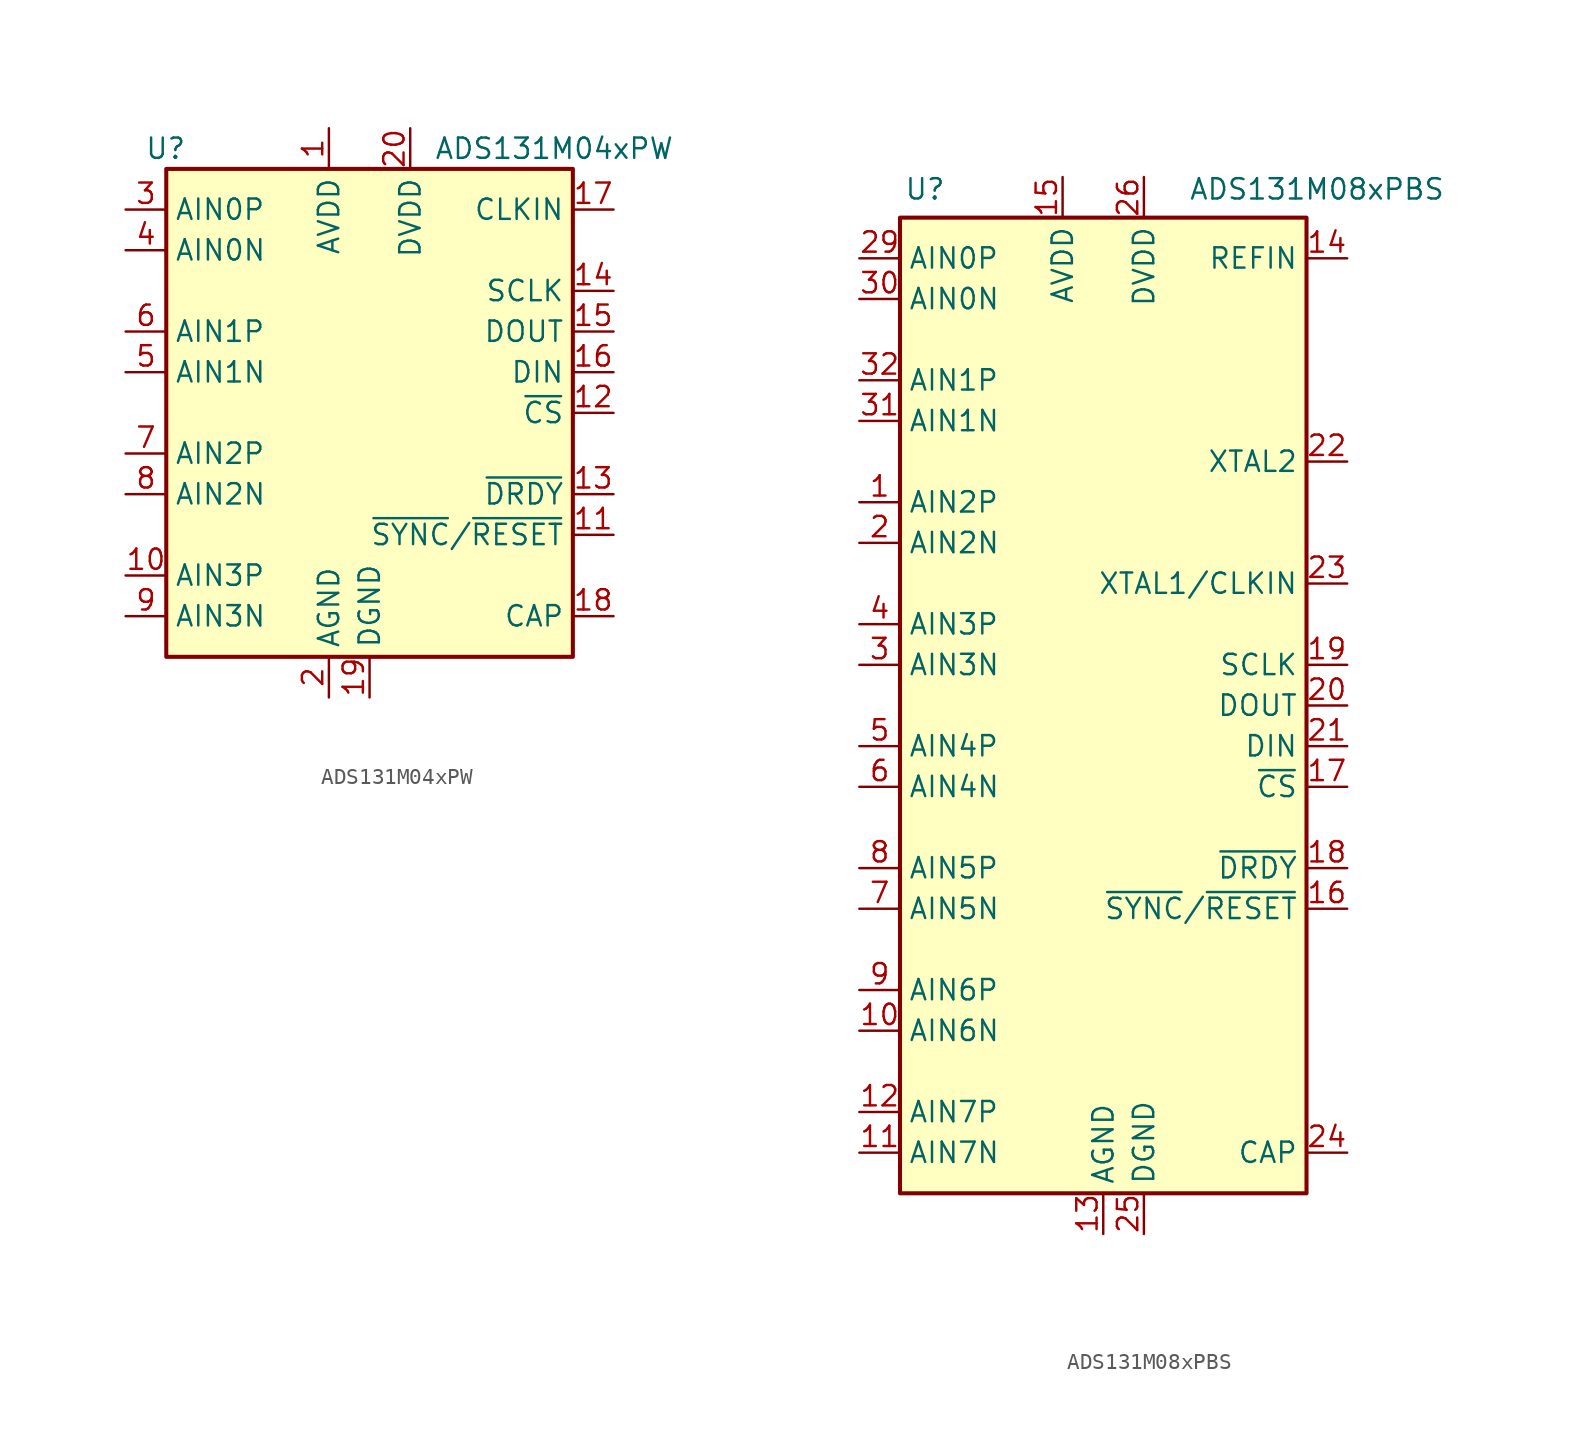
<source format=kicad_sym>
(kicad_symbol_lib
  (version 20241209)
  (generator "kicad_symbol_editor")
  (generator_version "9.0")
  (symbol "ADS131M04xPW"
    (property "Reference" "U"
      (at -11.43 16.51 0)
      (effects (font (size 1.27 1.27)) (justify right)))
    (property "Value" "ADS131M04xPW"
      (at 19.05 16.51 0)
      (effects (font (size 1.27 1.27)) (justify right)))
    (symbol "ADS131M04xPW_1_0"
      (pin input line (at -15.24 2.54 0) (length 2.54) (name "AIN1N" (effects (font (size 1.27 1.27)))) (number "5" (effects (font (size 1.27 1.27)))))
      (pin power_in line (at 0 -17.78 90) (length 2.54) (name "DGND" (effects (font (size 1.27 1.27)))) (number "19" (effects (font (size 1.27 1.27)))))
      (pin power_in line (at 2.54 17.78 270) (length 2.54) (name "DVDD" (effects (font (size 1.27 1.27)))) (number "20" (effects (font (size 1.27 1.27)))))
      (pin input line (at 15.24 12.7 180) (length 2.54) (name "CLKIN" (effects (font (size 1.27 1.27)))) (number "17" (effects (font (size 1.27 1.27)))))
      (pin tri_state line (at 15.24 5.08 180) (length 2.54) (name "DOUT" (effects (font (size 1.27 1.27)))) (number "15" (effects (font (size 1.27 1.27)))))
      (pin input line (at 15.24 2.54 180) (length 2.54) (name "DIN" (effects (font (size 1.27 1.27)))) (number "16" (effects (font (size 1.27 1.27)))))
      (pin passive line (at 15.24 -12.7 180) (length 2.54) (name "CAP" (effects (font (size 1.27 1.27)))) (number "18" (effects (font (size 1.27 1.27))))))
    (symbol "ADS131M04xPW_1_1"
      (rectangle (start -12.7 15.24) (end 12.7 -15.24) (stroke (width 0.254) (type default)) (fill (type background)))
      (pin input line (at -15.24 12.7 0) (length 2.54) (name "AIN0P" (effects (font (size 1.27 1.27)))) (number "3" (effects (font (size 1.27 1.27)))))
      (pin input line (at -15.24 10.16 0) (length 2.54) (name "AIN0N" (effects (font (size 1.27 1.27)))) (number "4" (effects (font (size 1.27 1.27)))))
      (pin input line (at -15.24 5.08 0) (length 2.54) (name "AIN1P" (effects (font (size 1.27 1.27)))) (number "6" (effects (font (size 1.27 1.27)))))
      (pin input line (at -15.24 -2.54 0) (length 2.54) (name "AIN2P" (effects (font (size 1.27 1.27)))) (number "7" (effects (font (size 1.27 1.27)))))
      (pin input line (at -15.24 -5.08 0) (length 2.54) (name "AIN2N" (effects (font (size 1.27 1.27)))) (number "8" (effects (font (size 1.27 1.27)))))
      (pin input line (at -15.24 -10.16 0) (length 2.54) (name "AIN3P" (effects (font (size 1.27 1.27)))) (number "10" (effects (font (size 1.27 1.27)))))
      (pin input line (at -15.24 -12.7 0) (length 2.54) (name "AIN3N" (effects (font (size 1.27 1.27)))) (number "9" (effects (font (size 1.27 1.27)))))
      (pin power_in line (at -2.54 17.78 270) (length 2.54) (name "AVDD" (effects (font (size 1.27 1.27)))) (number "1" (effects (font (size 1.27 1.27)))))
      (pin power_in line (at -2.54 -17.78 90) (length 2.54) (name "AGND" (effects (font (size 1.27 1.27)))) (number "2" (effects (font (size 1.27 1.27)))))
      (pin input line (at 15.24 7.62 180) (length 2.54) (name "SCLK" (effects (font (size 1.27 1.27)))) (number "14" (effects (font (size 1.27 1.27)))))
      (pin input line (at 15.24 0 180) (length 2.54) (name "~{CS}" (effects (font (size 1.27 1.27)))) (number "12" (effects (font (size 1.27 1.27)))))
      (pin output line (at 15.24 -5.08 180) (length 2.54) (name "~{DRDY}" (effects (font (size 1.27 1.27)))) (number "13" (effects (font (size 1.27 1.27)))))
      (pin input line (at 15.24 -7.62 180) (length 2.54) (name "~{SYNC}/~{RESET}" (effects (font (size 1.27 1.27)))) (number "11" (effects (font (size 1.27 1.27)))))))
  (symbol "ADS131M08xPBS"
    (property "Reference" "U"
      (at -12.446 32.258 0)
      (effects (font (size 1.27 1.27)) (justify left)))
    (property "Value" "ADS131M08xPBS"
      (at 5.334 32.258 0)
      (effects (font (size 1.27 1.27)) (justify left)))
    (symbol "ADS131M08xPBS_0_1"
      (rectangle (start -12.7 30.48) (end 12.7 -30.48) (stroke (width 0.254) (type default)) (fill (type background))))
    (symbol "ADS131M08xPBS_1_1"
      (pin input line (at -15.24 27.94 0) (length 2.54) (name "AIN0P" (effects (font (size 1.27 1.27)))) (number "29" (effects (font (size 1.27 1.27)))))
      (pin input line (at -15.24 25.4 0) (length 2.54) (name "AIN0N" (effects (font (size 1.27 1.27)))) (number "30" (effects (font (size 1.27 1.27)))))
      (pin input line (at -15.24 20.32 0) (length 2.54) (name "AIN1P" (effects (font (size 1.27 1.27)))) (number "32" (effects (font (size 1.27 1.27)))))
      (pin input line (at -15.24 17.78 0) (length 2.54) (name "AIN1N" (effects (font (size 1.27 1.27)))) (number "31" (effects (font (size 1.27 1.27)))))
      (pin input line (at -15.24 12.7 0) (length 2.54) (name "AIN2P" (effects (font (size 1.27 1.27)))) (number "1" (effects (font (size 1.27 1.27)))))
      (pin input line (at -15.24 10.16 0) (length 2.54) (name "AIN2N" (effects (font (size 1.27 1.27)))) (number "2" (effects (font (size 1.27 1.27)))))
      (pin input line (at -15.24 5.08 0) (length 2.54) (name "AIN3P" (effects (font (size 1.27 1.27)))) (number "4" (effects (font (size 1.27 1.27)))))
      (pin input line (at -15.24 2.54 0) (length 2.54) (name "AIN3N" (effects (font (size 1.27 1.27)))) (number "3" (effects (font (size 1.27 1.27)))))
      (pin input line (at -15.24 -2.54 0) (length 2.54) (name "AIN4P" (effects (font (size 1.27 1.27)))) (number "5" (effects (font (size 1.27 1.27)))))
      (pin input line (at -15.24 -5.08 0) (length 2.54) (name "AIN4N" (effects (font (size 1.27 1.27)))) (number "6" (effects (font (size 1.27 1.27)))))
      (pin input line (at -15.24 -10.16 0) (length 2.54) (name "AIN5P" (effects (font (size 1.27 1.27)))) (number "8" (effects (font (size 1.27 1.27)))))
      (pin input line (at -15.24 -12.7 0) (length 2.54) (name "AIN5N" (effects (font (size 1.27 1.27)))) (number "7" (effects (font (size 1.27 1.27)))))
      (pin input line (at -15.24 -17.78 0) (length 2.54) (name "AIN6P" (effects (font (size 1.27 1.27)))) (number "9" (effects (font (size 1.27 1.27)))))
      (pin input line (at -15.24 -20.32 0) (length 2.54) (name "AIN6N" (effects (font (size 1.27 1.27)))) (number "10" (effects (font (size 1.27 1.27)))))
      (pin input line (at -15.24 -25.4 0) (length 2.54) (name "AIN7P" (effects (font (size 1.27 1.27)))) (number "12" (effects (font (size 1.27 1.27)))))
      (pin input line (at -15.24 -27.94 0) (length 2.54) (name "AIN7N" (effects (font (size 1.27 1.27)))) (number "11" (effects (font (size 1.27 1.27)))))
      (pin power_in line (at -2.54 33.02 270) (length 2.54) (name "AVDD" (effects (font (size 1.27 1.27)))) (number "15" (effects (font (size 1.27 1.27)))))
      (pin power_in line (at 0 -33.02 90) (length 2.54) (name "AGND" (effects (font (size 1.27 1.27)))) (number "13" (effects (font (size 1.27 1.27)))))
      (pin passive line (at 0 -33.02 90) (length 2.54) (hide yes) (name "AGND" (effects (font (size 1.27 1.27)))) (number "27" (effects (font (size 1.27 1.27)))))
      (pin passive line (at 0 -33.02 90) (length 2.54) (hide yes) (name "AGND" (effects (font (size 1.27 1.27)))) (number "28" (effects (font (size 1.27 1.27)))))
      (pin power_in line (at 2.54 33.02 270) (length 2.54) (name "DVDD" (effects (font (size 1.27 1.27)))) (number "26" (effects (font (size 1.27 1.27)))))
      (pin power_in line (at 2.54 -33.02 90) (length 2.54) (name "DGND" (effects (font (size 1.27 1.27)))) (number "25" (effects (font (size 1.27 1.27)))))
      (pin input line (at 15.24 27.94 180) (length 2.54) (name "REFIN" (effects (font (size 1.27 1.27)))) (number "14" (effects (font (size 1.27 1.27)))))
      (pin output line (at 15.24 15.24 180) (length 2.54) (name "XTAL2" (effects (font (size 1.27 1.27)))) (number "22" (effects (font (size 1.27 1.27)))))
      (pin input line (at 15.24 7.62 180) (length 2.54) (name "XTAL1/CLKIN" (effects (font (size 1.27 1.27)))) (number "23" (effects (font (size 1.27 1.27)))))
      (pin input line (at 15.24 2.54 180) (length 2.54) (name "SCLK" (effects (font (size 1.27 1.27)))) (number "19" (effects (font (size 1.27 1.27)))))
      (pin tri_state line (at 15.24 0 180) (length 2.54) (name "DOUT" (effects (font (size 1.27 1.27)))) (number "20" (effects (font (size 1.27 1.27)))))
      (pin input line (at 15.24 -2.54 180) (length 2.54) (name "DIN" (effects (font (size 1.27 1.27)))) (number "21" (effects (font (size 1.27 1.27)))))
      (pin input line (at 15.24 -5.08 180) (length 2.54) (name "~{CS}" (effects (font (size 1.27 1.27)))) (number "17" (effects (font (size 1.27 1.27)))))
      (pin output line (at 15.24 -10.16 180) (length 2.54) (name "~{DRDY}" (effects (font (size 1.27 1.27)))) (number "18" (effects (font (size 1.27 1.27)))))
      (pin input line (at 15.24 -12.7 180) (length 2.54) (name "~{SYNC}/~{RESET}" (effects (font (size 1.27 1.27)))) (number "16" (effects (font (size 1.27 1.27)))))
      (pin passive line (at 15.24 -27.94 180) (length 2.54) (name "CAP" (effects (font (size 1.27 1.27)))) (number "24" (effects (font (size 1.27 1.27))))))))
</source>
